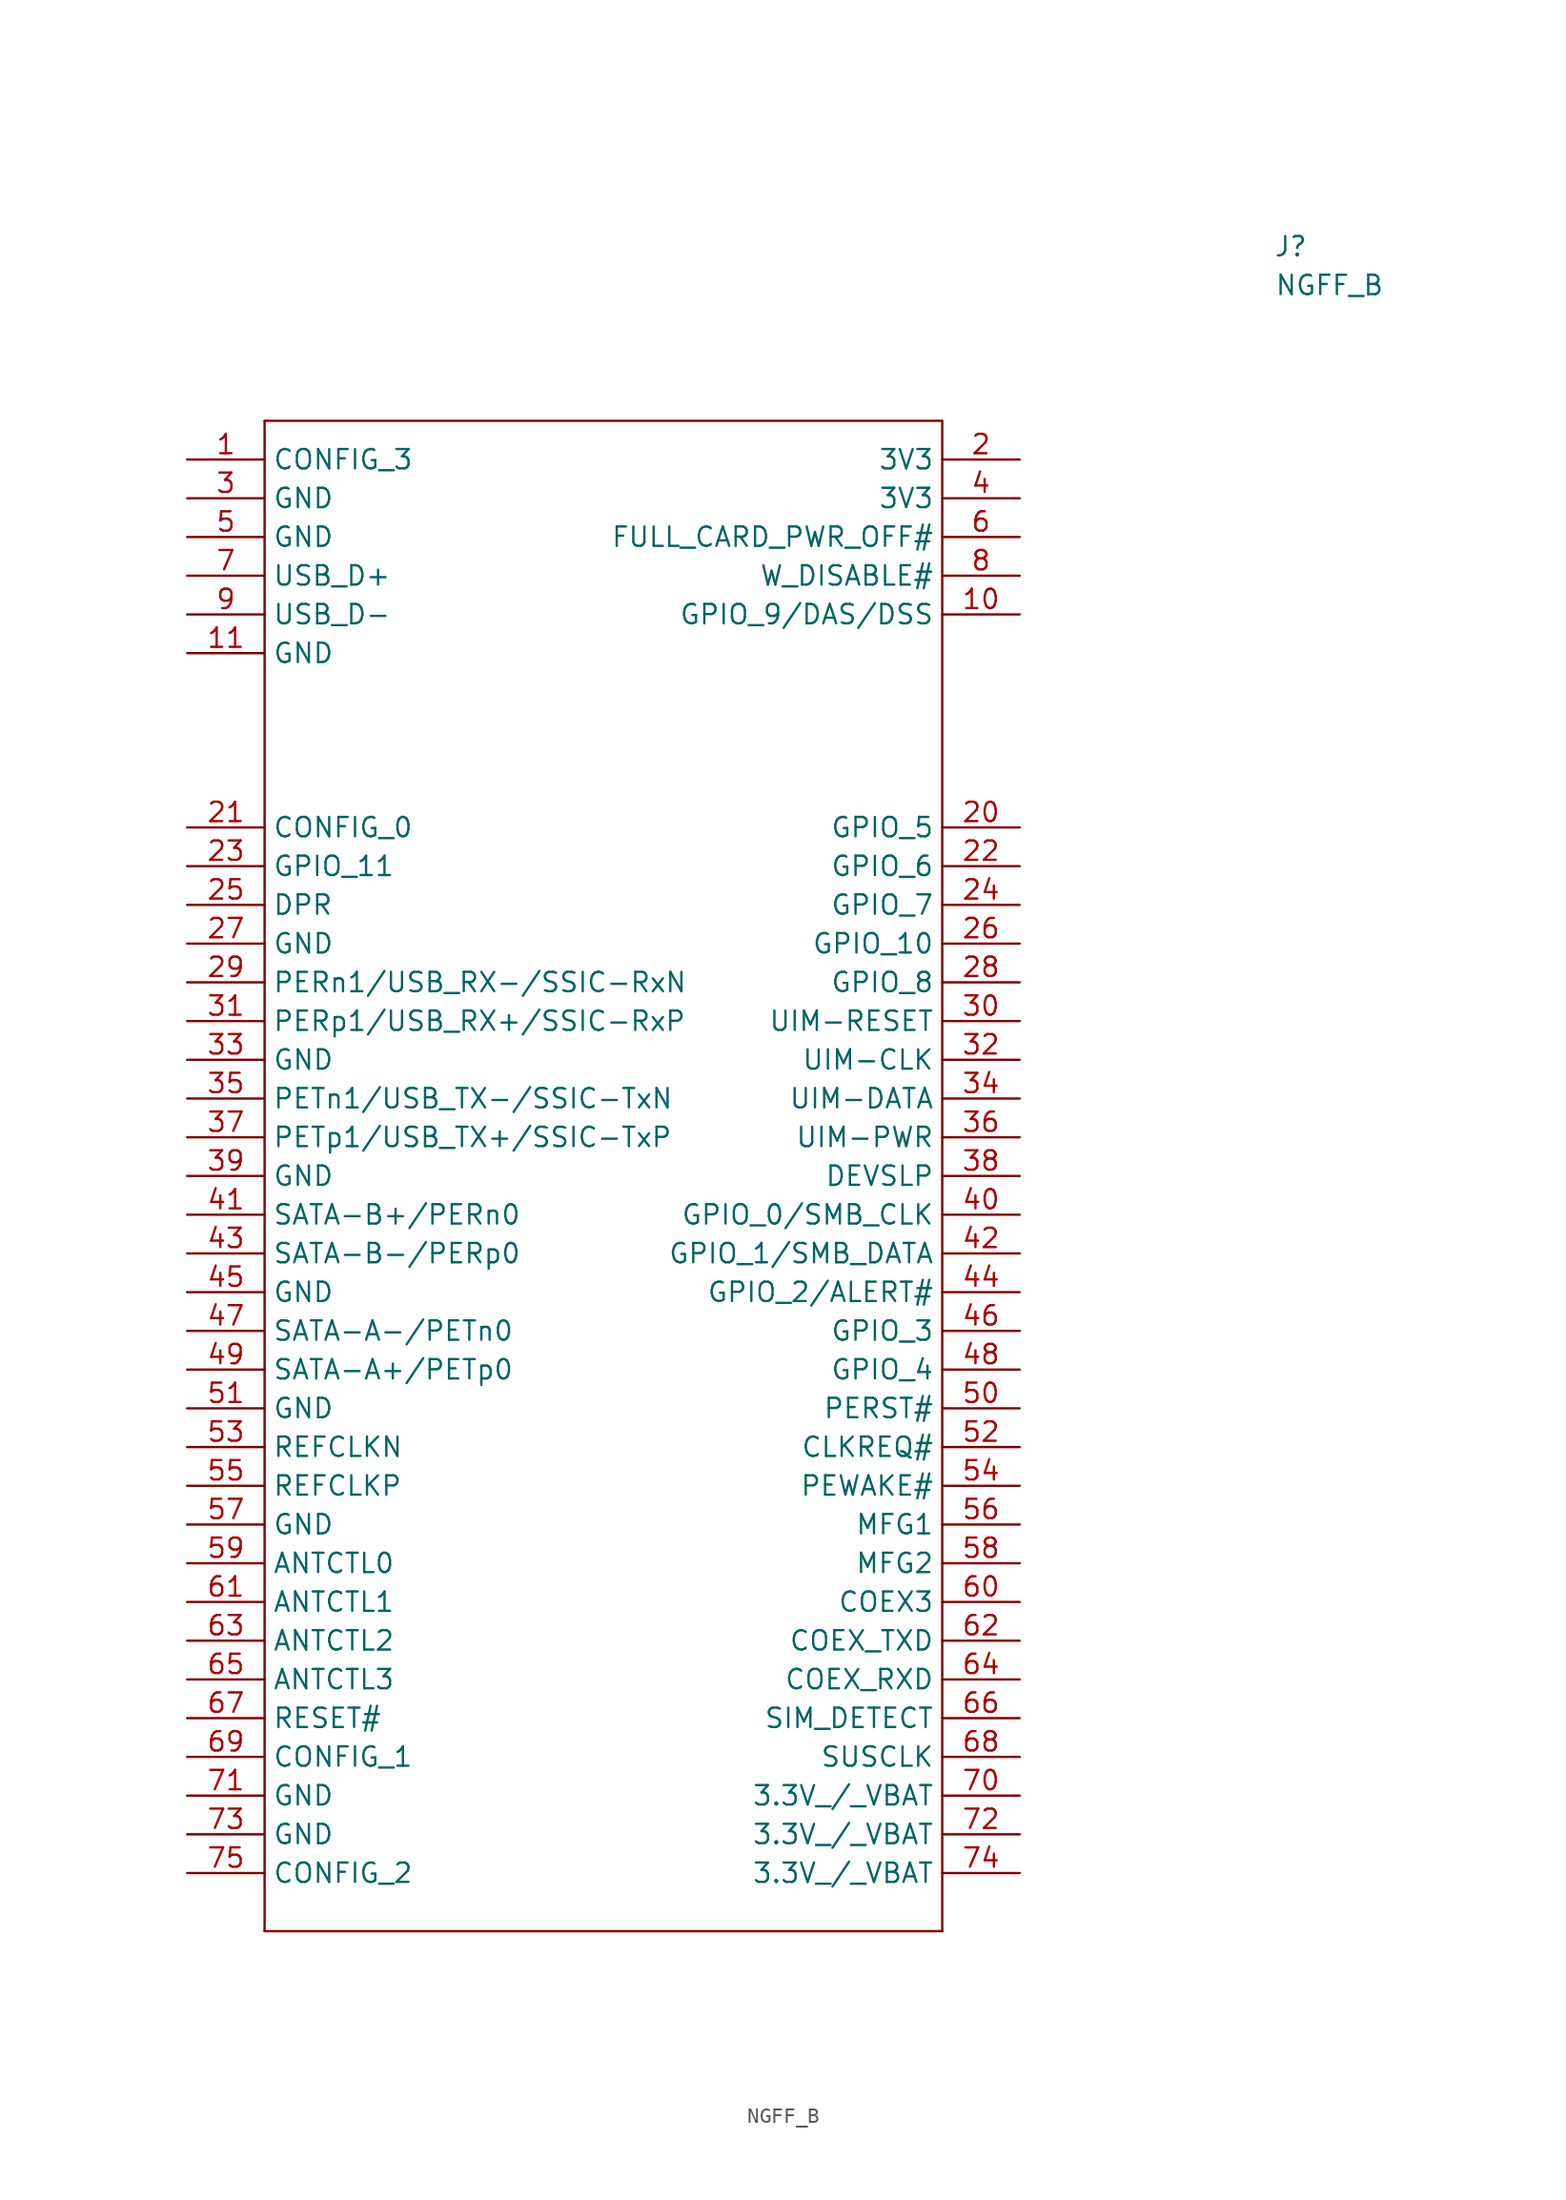
<source format=kicad_sym>
(kicad_symbol_lib
  (version 20220914)
  (generator kicad_symbol_editor)
  (symbol "NGFF_B"
    (property "Reference" "J"
      (at 87.63 21.59 0)
      (effects (font (size 1.27 1.27))))
    (property "Value" "NGFF_B"
      (at 90.17 19.05 0)
      (effects (font (size 1.27 1.27))))
    (symbol "NGFF_B_0_1"
      (polyline (pts (xy 20.32 -88.9) (xy 64.77 -88.9)) (stroke (width 0) (type default)) (fill (type none)))
      (polyline (pts (xy 20.32 10.16) (xy 20.32 -88.9)) (stroke (width 0) (type default)) (fill (type none)))
      (polyline (pts (xy 20.32 10.16) (xy 64.77 10.16) (xy 64.77 -88.9)) (stroke (width 0) (type default)) (fill (type none))))
    (symbol "NGFF_B_1_1"
      (pin passive line (at 15.24 7.62 0) (length 5.08) (name "CONFIG_3" (effects (font (size 1.27 1.27)))) (number "1" (effects (font (size 1.27 1.27)))))
      (pin passive line (at 69.85 -2.54 180) (length 5.08) (name "GPIO_9/DAS/DSS" (effects (font (size 1.27 1.27)))) (number "10" (effects (font (size 1.27 1.27)))))
      (pin passive line (at 15.24 -5.08 0) (length 5.08) (name "GND" (effects (font (size 1.27 1.27)))) (number "11" (effects (font (size 1.27 1.27)))))
      (pin passive line (at 69.85 7.62 180) (length 5.08) (name "3V3" (effects (font (size 1.27 1.27)))) (number "2" (effects (font (size 1.27 1.27)))))
      (pin passive line (at 69.85 -16.51 180) (length 5.08) (name "GPIO_5" (effects (font (size 1.27 1.27)))) (number "20" (effects (font (size 1.27 1.27)))))
      (pin passive line (at 15.24 -16.51 0) (length 5.08) (name "CONFIG_0" (effects (font (size 1.27 1.27)))) (number "21" (effects (font (size 1.27 1.27)))))
      (pin passive line (at 69.85 -19.05 180) (length 5.08) (name "GPIO_6" (effects (font (size 1.27 1.27)))) (number "22" (effects (font (size 1.27 1.27)))))
      (pin passive line (at 15.24 -19.05 0) (length 5.08) (name "GPIO_11" (effects (font (size 1.27 1.27)))) (number "23" (effects (font (size 1.27 1.27)))))
      (pin passive line (at 69.85 -21.59 180) (length 5.08) (name "GPIO_7" (effects (font (size 1.27 1.27)))) (number "24" (effects (font (size 1.27 1.27)))))
      (pin passive line (at 15.24 -21.59 0) (length 5.08) (name "DPR" (effects (font (size 1.27 1.27)))) (number "25" (effects (font (size 1.27 1.27)))))
      (pin passive line (at 69.85 -24.13 180) (length 5.08) (name "GPIO_10" (effects (font (size 1.27 1.27)))) (number "26" (effects (font (size 1.27 1.27)))))
      (pin passive line (at 15.24 -24.13 0) (length 5.08) (name "GND" (effects (font (size 1.27 1.27)))) (number "27" (effects (font (size 1.27 1.27)))))
      (pin passive line (at 69.85 -26.67 180) (length 5.08) (name "GPIO_8" (effects (font (size 1.27 1.27)))) (number "28" (effects (font (size 1.27 1.27)))))
      (pin passive line (at 15.24 -26.67 0) (length 5.08) (name "PERn1/USB_RX-/SSIC-RxN" (effects (font (size 1.27 1.27)))) (number "29" (effects (font (size 1.27 1.27)))))
      (pin passive line (at 15.24 5.08 0) (length 5.08) (name "GND" (effects (font (size 1.27 1.27)))) (number "3" (effects (font (size 1.27 1.27)))))
      (pin passive line (at 69.85 -29.21 180) (length 5.08) (name "UIM-RESET" (effects (font (size 1.27 1.27)))) (number "30" (effects (font (size 1.27 1.27)))))
      (pin passive line (at 15.24 -29.21 0) (length 5.08) (name "PERp1/USB_RX+/SSIC-RxP" (effects (font (size 1.27 1.27)))) (number "31" (effects (font (size 1.27 1.27)))))
      (pin passive line (at 69.85 -31.75 180) (length 5.08) (name "UIM-CLK" (effects (font (size 1.27 1.27)))) (number "32" (effects (font (size 1.27 1.27)))))
      (pin passive line (at 15.24 -31.75 0) (length 5.08) (name "GND" (effects (font (size 1.27 1.27)))) (number "33" (effects (font (size 1.27 1.27)))))
      (pin passive line (at 69.85 -34.29 180) (length 5.08) (name "UIM-DATA" (effects (font (size 1.27 1.27)))) (number "34" (effects (font (size 1.27 1.27)))))
      (pin passive line (at 15.24 -34.29 0) (length 5.08) (name "PETn1/USB_TX-/SSIC-TxN" (effects (font (size 1.27 1.27)))) (number "35" (effects (font (size 1.27 1.27)))))
      (pin passive line (at 69.85 -36.83 180) (length 5.08) (name "UIM-PWR" (effects (font (size 1.27 1.27)))) (number "36" (effects (font (size 1.27 1.27)))))
      (pin passive line (at 15.24 -36.83 0) (length 5.08) (name "PETp1/USB_TX+/SSIC-TxP" (effects (font (size 1.27 1.27)))) (number "37" (effects (font (size 1.27 1.27)))))
      (pin passive line (at 69.85 -39.37 180) (length 5.08) (name "DEVSLP" (effects (font (size 1.27 1.27)))) (number "38" (effects (font (size 1.27 1.27)))))
      (pin passive line (at 15.24 -39.37 0) (length 5.08) (name "GND" (effects (font (size 1.27 1.27)))) (number "39" (effects (font (size 1.27 1.27)))))
      (pin passive line (at 69.85 5.08 180) (length 5.08) (name "3V3" (effects (font (size 1.27 1.27)))) (number "4" (effects (font (size 1.27 1.27)))))
      (pin passive line (at 69.85 -41.91 180) (length 5.08) (name "GPIO_0/SMB_CLK" (effects (font (size 1.27 1.27)))) (number "40" (effects (font (size 1.27 1.27)))))
      (pin passive line (at 15.24 -41.91 0) (length 5.08) (name "SATA-B+/PERn0" (effects (font (size 1.27 1.27)))) (number "41" (effects (font (size 1.27 1.27)))))
      (pin passive line (at 69.85 -44.45 180) (length 5.08) (name "GPIO_1/SMB_DATA" (effects (font (size 1.27 1.27)))) (number "42" (effects (font (size 1.27 1.27)))))
      (pin passive line (at 15.24 -44.45 0) (length 5.08) (name "SATA-B-/PERp0" (effects (font (size 1.27 1.27)))) (number "43" (effects (font (size 1.27 1.27)))))
      (pin passive line (at 69.85 -46.99 180) (length 5.08) (name "GPIO_2/ALERT#" (effects (font (size 1.27 1.27)))) (number "44" (effects (font (size 1.27 1.27)))))
      (pin passive line (at 15.24 -46.99 0) (length 5.08) (name "GND" (effects (font (size 1.27 1.27)))) (number "45" (effects (font (size 1.27 1.27)))))
      (pin passive line (at 69.85 -49.53 180) (length 5.08) (name "GPIO_3" (effects (font (size 1.27 1.27)))) (number "46" (effects (font (size 1.27 1.27)))))
      (pin passive line (at 15.24 -49.53 0) (length 5.08) (name "SATA-A-/PETn0" (effects (font (size 1.27 1.27)))) (number "47" (effects (font (size 1.27 1.27)))))
      (pin passive line (at 69.85 -52.07 180) (length 5.08) (name "GPIO_4" (effects (font (size 1.27 1.27)))) (number "48" (effects (font (size 1.27 1.27)))))
      (pin passive line (at 15.24 -52.07 0) (length 5.08) (name "SATA-A+/PETp0" (effects (font (size 1.27 1.27)))) (number "49" (effects (font (size 1.27 1.27)))))
      (pin passive line (at 15.24 2.54 0) (length 5.08) (name "GND" (effects (font (size 1.27 1.27)))) (number "5" (effects (font (size 1.27 1.27)))))
      (pin passive line (at 69.85 -54.61 180) (length 5.08) (name "PERST#" (effects (font (size 1.27 1.27)))) (number "50" (effects (font (size 1.27 1.27)))))
      (pin passive line (at 15.24 -54.61 0) (length 5.08) (name "GND" (effects (font (size 1.27 1.27)))) (number "51" (effects (font (size 1.27 1.27)))))
      (pin passive line (at 69.85 -57.15 180) (length 5.08) (name "CLKREQ#" (effects (font (size 1.27 1.27)))) (number "52" (effects (font (size 1.27 1.27)))))
      (pin passive line (at 15.24 -57.15 0) (length 5.08) (name "REFCLKN" (effects (font (size 1.27 1.27)))) (number "53" (effects (font (size 1.27 1.27)))))
      (pin passive line (at 69.85 -59.69 180) (length 5.08) (name "PEWAKE#" (effects (font (size 1.27 1.27)))) (number "54" (effects (font (size 1.27 1.27)))))
      (pin passive line (at 15.24 -59.69 0) (length 5.08) (name "REFCLKP" (effects (font (size 1.27 1.27)))) (number "55" (effects (font (size 1.27 1.27)))))
      (pin passive line (at 69.85 -62.23 180) (length 5.08) (name "MFG1" (effects (font (size 1.27 1.27)))) (number "56" (effects (font (size 1.27 1.27)))))
      (pin passive line (at 15.24 -62.23 0) (length 5.08) (name "GND" (effects (font (size 1.27 1.27)))) (number "57" (effects (font (size 1.27 1.27)))))
      (pin passive line (at 69.85 -64.77 180) (length 5.08) (name "MFG2" (effects (font (size 1.27 1.27)))) (number "58" (effects (font (size 1.27 1.27)))))
      (pin passive line (at 15.24 -64.77 0) (length 5.08) (name "ANTCTL0" (effects (font (size 1.27 1.27)))) (number "59" (effects (font (size 1.27 1.27)))))
      (pin passive line (at 69.85 2.54 180) (length 5.08) (name "FULL_CARD_PWR_OFF#" (effects (font (size 1.27 1.27)))) (number "6" (effects (font (size 1.27 1.27)))))
      (pin passive line (at 69.85 -67.31 180) (length 5.08) (name "COEX3" (effects (font (size 1.27 1.27)))) (number "60" (effects (font (size 1.27 1.27)))))
      (pin passive line (at 15.24 -67.31 0) (length 5.08) (name "ANTCTL1" (effects (font (size 1.27 1.27)))) (number "61" (effects (font (size 1.27 1.27)))))
      (pin passive line (at 69.85 -69.85 180) (length 5.08) (name "COEX_TXD" (effects (font (size 1.27 1.27)))) (number "62" (effects (font (size 1.27 1.27)))))
      (pin passive line (at 15.24 -69.85 0) (length 5.08) (name "ANTCTL2" (effects (font (size 1.27 1.27)))) (number "63" (effects (font (size 1.27 1.27)))))
      (pin passive line (at 69.85 -72.39 180) (length 5.08) (name "COEX_RXD" (effects (font (size 1.27 1.27)))) (number "64" (effects (font (size 1.27 1.27)))))
      (pin passive line (at 15.24 -72.39 0) (length 5.08) (name "ANTCTL3" (effects (font (size 1.27 1.27)))) (number "65" (effects (font (size 1.27 1.27)))))
      (pin passive line (at 69.85 -74.93 180) (length 5.08) (name "SIM_DETECT" (effects (font (size 1.27 1.27)))) (number "66" (effects (font (size 1.27 1.27)))))
      (pin passive line (at 15.24 -74.93 0) (length 5.08) (name "RESET#" (effects (font (size 1.27 1.27)))) (number "67" (effects (font (size 1.27 1.27)))))
      (pin passive line (at 69.85 -77.47 180) (length 5.08) (name "SUSCLK" (effects (font (size 1.27 1.27)))) (number "68" (effects (font (size 1.27 1.27)))))
      (pin passive line (at 15.24 -77.47 0) (length 5.08) (name "CONFIG_1" (effects (font (size 1.27 1.27)))) (number "69" (effects (font (size 1.27 1.27)))))
      (pin passive line (at 15.24 0 0) (length 5.08) (name "USB_D+" (effects (font (size 1.27 1.27)))) (number "7" (effects (font (size 1.27 1.27)))))
      (pin passive line (at 69.85 -80.01 180) (length 5.08) (name "3.3V_/_VBAT" (effects (font (size 1.27 1.27)))) (number "70" (effects (font (size 1.27 1.27)))))
      (pin passive line (at 15.24 -80.01 0) (length 5.08) (name "GND" (effects (font (size 1.27 1.27)))) (number "71" (effects (font (size 1.27 1.27)))))
      (pin passive line (at 69.85 -82.55 180) (length 5.08) (name "3.3V_/_VBAT" (effects (font (size 1.27 1.27)))) (number "72" (effects (font (size 1.27 1.27)))))
      (pin passive line (at 15.24 -82.55 0) (length 5.08) (name "GND" (effects (font (size 1.27 1.27)))) (number "73" (effects (font (size 1.27 1.27)))))
      (pin passive line (at 69.85 -85.09 180) (length 5.08) (name "3.3V_/_VBAT" (effects (font (size 1.27 1.27)))) (number "74" (effects (font (size 1.27 1.27)))))
      (pin passive line (at 15.24 -85.09 0) (length 5.08) (name "CONFIG_2" (effects (font (size 1.27 1.27)))) (number "75" (effects (font (size 1.27 1.27)))))
      (pin passive line (at 69.85 0 180) (length 5.08) (name "W_DISABLE#" (effects (font (size 1.27 1.27)))) (number "8" (effects (font (size 1.27 1.27)))))
      (pin passive line (at 15.24 -2.54 0) (length 5.08) (name "USB_D-" (effects (font (size 1.27 1.27)))) (number "9" (effects (font (size 1.27 1.27))))))))
</source>
